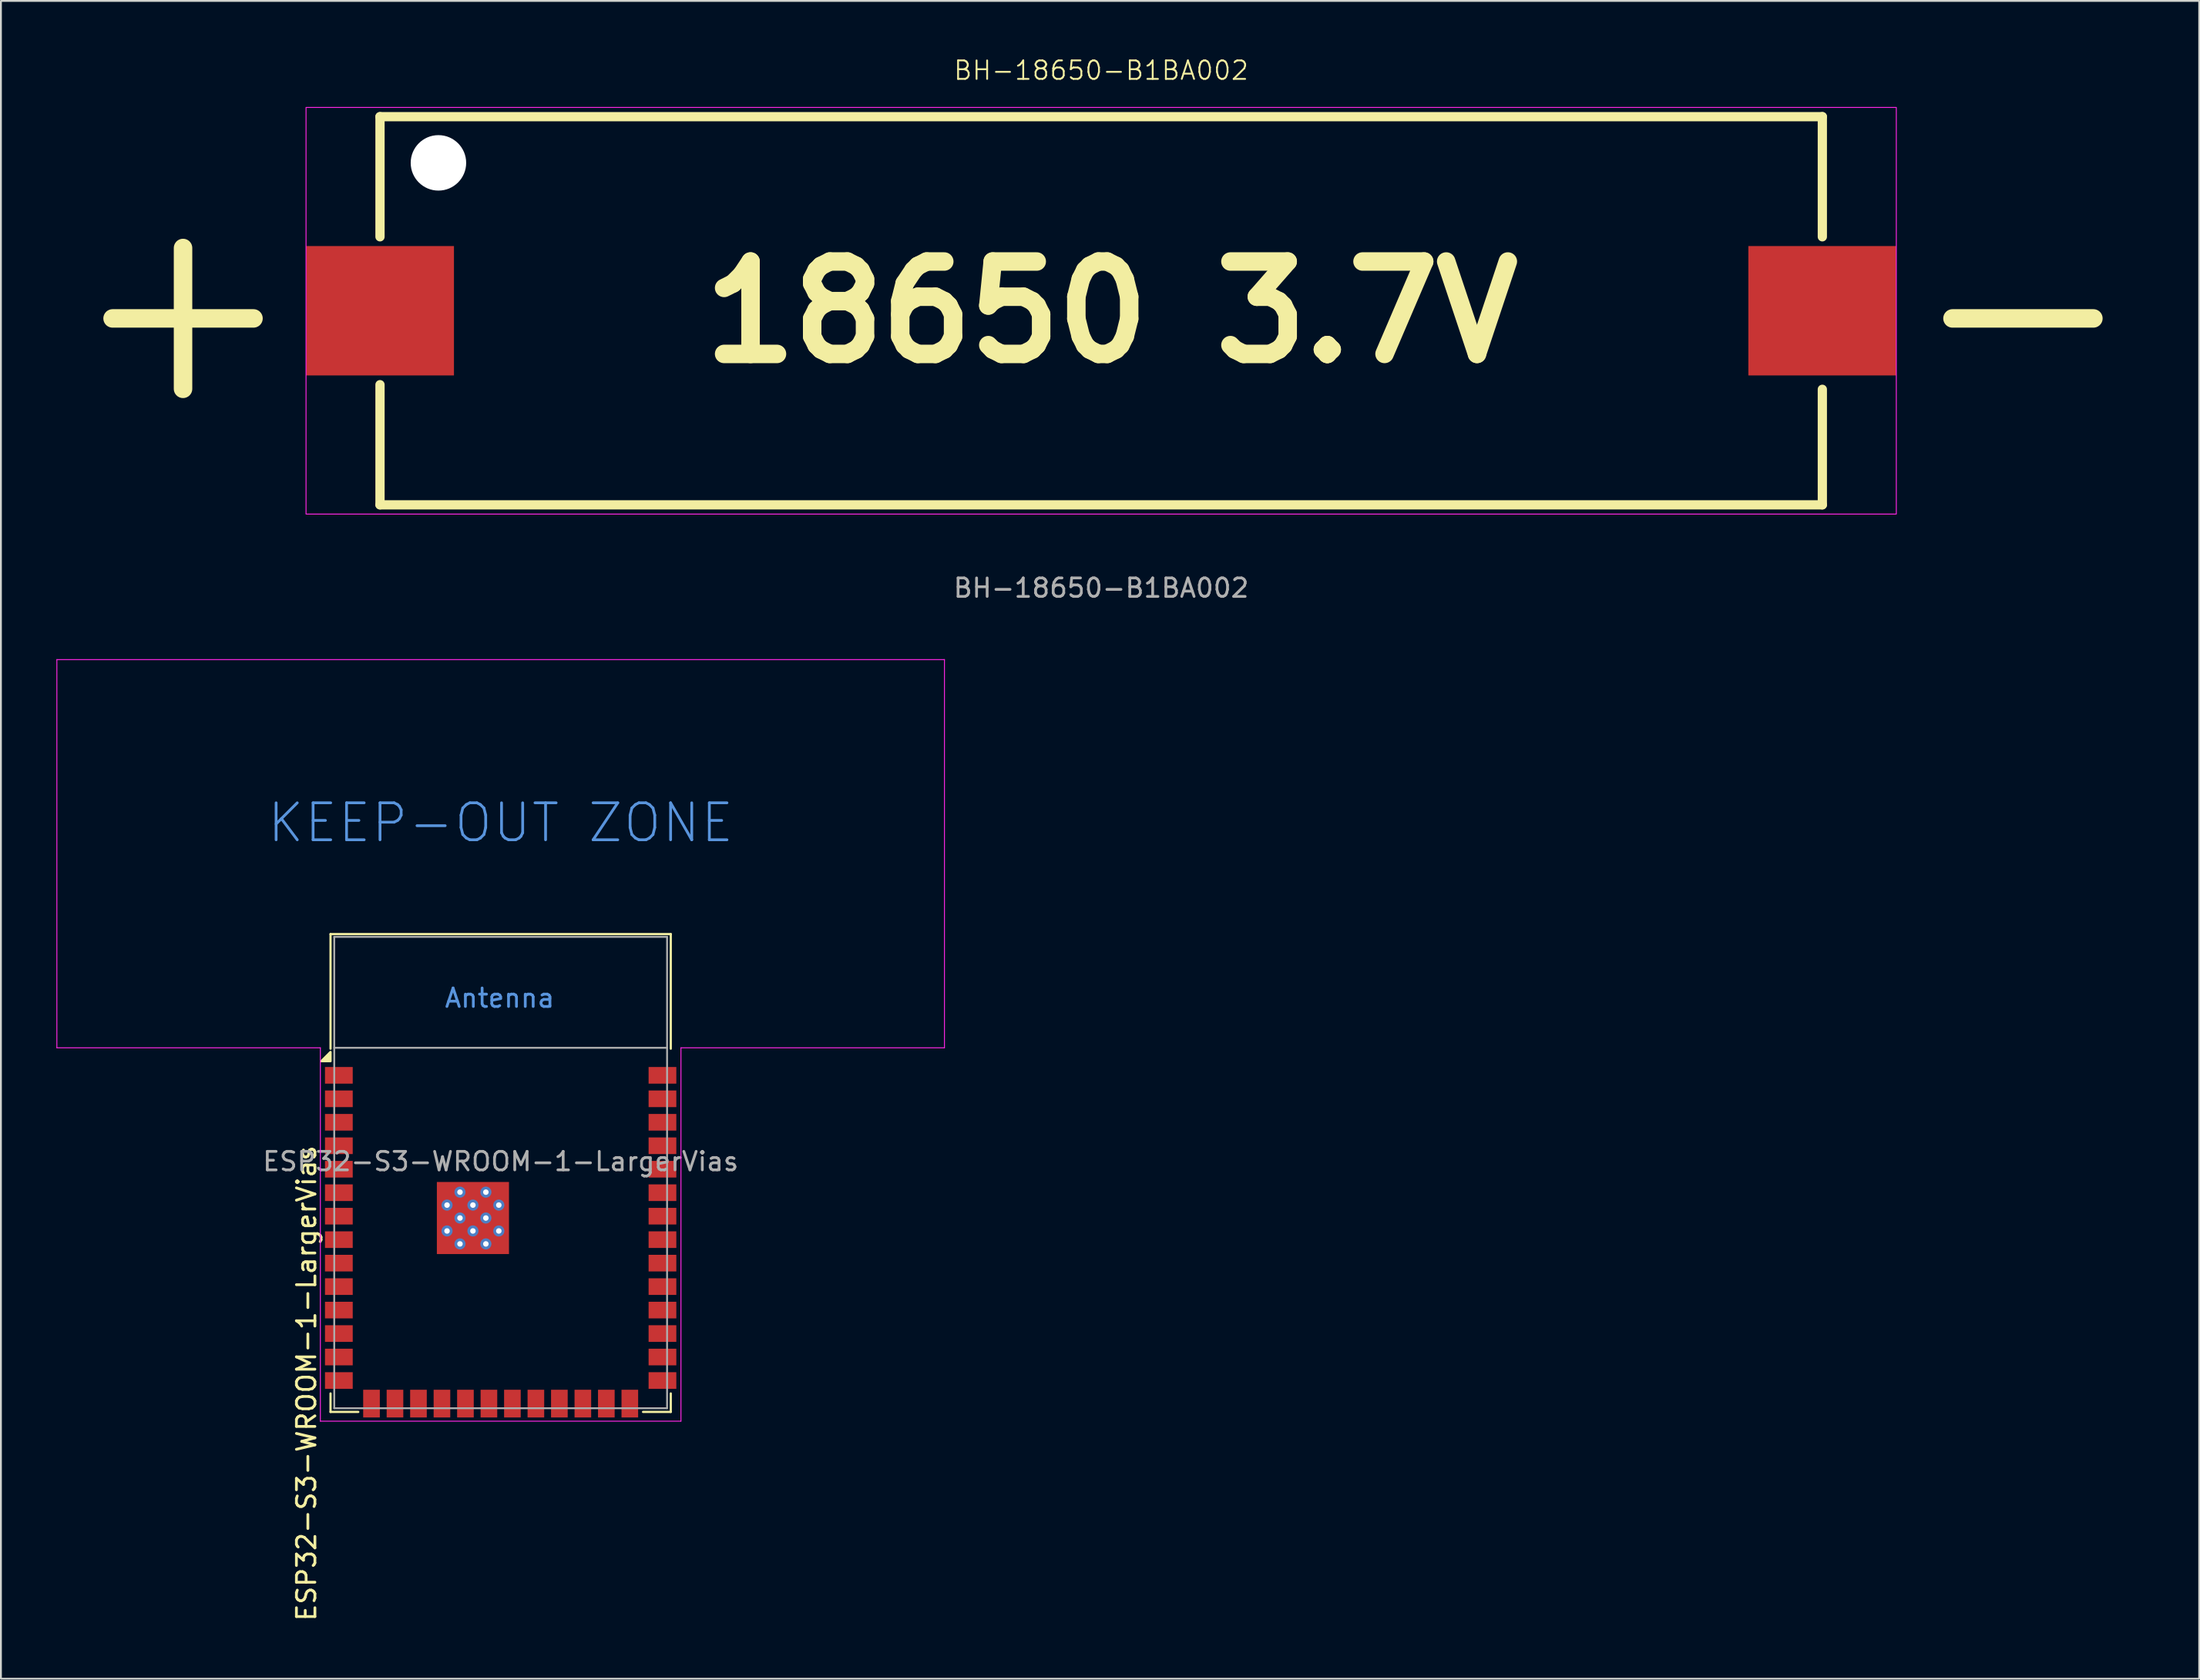
<source format=kicad_pcb>
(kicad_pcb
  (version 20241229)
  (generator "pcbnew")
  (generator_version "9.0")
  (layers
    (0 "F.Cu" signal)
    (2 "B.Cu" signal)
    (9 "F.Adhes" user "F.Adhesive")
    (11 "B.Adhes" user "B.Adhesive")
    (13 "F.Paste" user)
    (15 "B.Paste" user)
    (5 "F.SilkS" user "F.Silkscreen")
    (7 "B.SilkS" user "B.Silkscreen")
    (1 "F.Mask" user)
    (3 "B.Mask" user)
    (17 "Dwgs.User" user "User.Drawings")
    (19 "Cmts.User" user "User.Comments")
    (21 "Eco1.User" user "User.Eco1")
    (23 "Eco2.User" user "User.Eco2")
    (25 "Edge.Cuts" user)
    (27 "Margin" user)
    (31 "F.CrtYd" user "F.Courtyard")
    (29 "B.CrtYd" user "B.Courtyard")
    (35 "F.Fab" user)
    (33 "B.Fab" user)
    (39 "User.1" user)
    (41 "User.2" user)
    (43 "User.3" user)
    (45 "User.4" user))
  (footprint "BH-18650-B1BA002"
    (layer "F.Cu")
    (at 56.5 13.761)
    (property "Reference" "BH-18650-B1BA002" (at 0 -13 0) (unlocked yes) (layer "F.SilkS") (effects (font (size 1 1) (thickness 0.1))))
    (attr smd)
    (fp_line (start -39 -10.5) (end -39 -4) (stroke (width 0.5) (type default)) (layer "F.SilkS"))
    (fp_line (start -39 4) (end -39 10.5) (stroke (width 0.5) (type default)) (layer "F.SilkS"))
    (fp_line (start 39 -10.5) (end -39 -10.5) (stroke (width 0.5) (type default)) (layer "F.SilkS"))
    (fp_line (start 39 -10.5) (end 39 -4) (stroke (width 0.5) (type default)) (layer "F.SilkS"))
    (fp_line (start 39 4.25) (end 39 10.5) (stroke (width 0.5) (type default)) (layer "F.SilkS"))
    (fp_line (start 39 10.5) (end -39 10.5) (stroke (width 0.5) (type default)) (layer "F.SilkS"))
    (fp_rect (start -43 -11) (end 43 11) (stroke (width 0.05) (type default)) (fill no) (layer "F.CrtYd"))
    (fp_text user "18650 3.7V" (at -22 3 0) (unlocked yes) (layer "F.SilkS") (effects (font (size 5 5) (thickness 1)) (justify left bottom)))
    (fp_text user "-" (at 43 5.5 0) (unlocked yes) (layer "F.SilkS") (effects (font (size 10 10) (thickness 1) (bold yes)) (justify left bottom)))
    (fp_text user "+" (at -56.5 5.5 0) (unlocked yes) (layer "F.SilkS") (effects (font (size 10 10) (thickness 1) (bold yes)) (justify left bottom)))
    (fp_text user "${REFERENCE}" (at 0 15 0) (unlocked yes) (layer "F.Fab") (effects (font (size 1 1) (thickness 0.15))))
    (pad "" np_thru_hole circle (at -35.84 -8) (size 3 3) (drill 3) (layers "*.Cu" "*.Mask"))
    (pad "1" smd rect (at -39 0) (size 8 7) (layers "F.Cu" "F.Mask" "F.Paste"))
    (pad "2" smd rect (at 39 0) (size 8 7) (layers "F.Cu" "F.Mask" "F.Paste")))
  (footprint "ESP32-S3-WROOM-1-LargerVias"
    (layer "F.Cu")
    (at 24.025 60.384)
    (property "Reference" "ESP32-S3-WROOM-1-LargerVias" (at -10.5 11.4 90) (unlocked yes) (layer "F.SilkS") (effects (font (size 1 1) (thickness 0.15))))
    (attr smd)
    (fp_line (start -9.2 -12.9) (end -9.2 -6.7) (stroke (width 0.12) (type solid)) (layer "F.SilkS"))
    (fp_line (start -9.2 -12.9) (end 9.2 -12.9) (stroke (width 0.12) (type solid)) (layer "F.SilkS"))
    (fp_line (start -9.2 11.95) (end -9.2 12.95) (stroke (width 0.12) (type solid)) (layer "F.SilkS"))
    (fp_line (start -9.2 12.95) (end -7.7 12.95) (stroke (width 0.12) (type solid)) (layer "F.SilkS"))
    (fp_line (start 9.2 -12.9) (end 9.2 -6.7) (stroke (width 0.12) (type solid)) (layer "F.SilkS"))
    (fp_line (start 9.2 12.95) (end 7.7 12.95) (stroke (width 0.12) (type solid)) (layer "F.SilkS"))
    (fp_line (start 9.2 12.95) (end 9.2 11.95) (stroke (width 0.12) (type solid)) (layer "F.SilkS"))
    (fp_poly (pts (xy -9.2 -6.025) (xy -9.7 -6.025) (xy -9.2 -6.525) (xy -9.2 -6.025)) (stroke (width 0.12) (type solid)) (fill yes) (layer "F.SilkS"))
    (fp_line (start -24 -27.75) (end -24 -6.75) (stroke (width 0.05) (type solid)) (layer "F.CrtYd"))
    (fp_line (start -24 -6.75) (end -9.75 -6.75) (stroke (width 0.05) (type solid)) (layer "F.CrtYd"))
    (fp_line (start -9.75 13.45) (end -9.75 -6.75) (stroke (width 0.05) (type solid)) (layer "F.CrtYd"))
    (fp_line (start -9.75 13.45) (end 9.75 13.45) (stroke (width 0.05) (type solid)) (layer "F.CrtYd"))
    (fp_line (start 9.75 -6.75) (end 9.75 13.45) (stroke (width 0.05) (type solid)) (layer "F.CrtYd"))
    (fp_line (start 9.75 -6.75) (end 24 -6.75) (stroke (width 0.05) (type solid)) (layer "F.CrtYd"))
    (fp_line (start 24 -27.75) (end -24 -27.75) (stroke (width 0.05) (type solid)) (layer "F.CrtYd"))
    (fp_line (start 24 -6.75) (end 24 -27.75) (stroke (width 0.05) (type solid)) (layer "F.CrtYd"))
    (fp_line (start -9 -12.75) (end 9 -12.75) (stroke (width 0.1) (type solid)) (layer "F.Fab"))
    (fp_line (start -9 -6.75) (end 9 -6.75) (stroke (width 0.1) (type solid)) (layer "F.Fab"))
    (fp_line (start -9 12.75) (end -9 -12.75) (stroke (width 0.1) (type solid)) (layer "F.Fab"))
    (fp_line (start -9 12.75) (end 9 12.75) (stroke (width 0.1) (type solid)) (layer "F.Fab"))
    (fp_line (start 9 12.75) (end 9 -12.75) (stroke (width 0.1) (type solid)) (layer "F.Fab"))
    (fp_text user "Antenna" (at -0.05 -9.44 0) (layer "Cmts.User") (effects (font (size 1 1) (thickness 0.15))))
    (fp_text user "KEEP-OUT ZONE" (at 0 -18.92 0) (layer "Cmts.User") (effects (font (size 2 2) (thickness 0.15))))
    (fp_text user "${REFERENCE}" (at 0 -0.6 0) (unlocked yes) (layer "F.Fab") (effects (font (size 1 1) (thickness 0.15))))
    (pad "" smd rect (at -2.9 1.06) (size 0.9 0.9) (layers "F.Paste"))
    (pad "" smd rect (at -2.9 2.46 270) (size 0.9 0.9) (layers "F.Paste"))
    (pad "" smd rect (at -2.9 3.86) (size 0.9 0.9) (layers "F.Paste"))
    (pad "" smd rect (at -1.5 1.06 270) (size 0.9 0.9) (layers "F.Paste"))
    (pad "" smd rect (at -1.5 2.46 270) (size 0.9 0.9) (layers "F.Paste"))
    (pad "" smd rect (at -1.5 3.86 270) (size 0.9 0.9) (layers "F.Paste"))
    (pad "" smd rect (at -0.1 1.06 270) (size 0.9 0.9) (layers "F.Paste"))
    (pad "" smd rect (at -0.1 2.46 270) (size 0.9 0.9) (layers "F.Paste"))
    (pad "" smd rect (at -0.1 3.86 270) (size 0.9 0.9) (layers "F.Paste"))
    (pad "1" smd rect (at -8.75 -5.26) (size 1.5 0.9) (layers "F.Cu" "F.Mask" "F.Paste"))
    (pad "2" smd rect (at -8.75 -3.99) (size 1.5 0.9) (layers "F.Cu" "F.Mask" "F.Paste"))
    (pad "3" smd rect (at -8.75 -2.72) (size 1.5 0.9) (layers "F.Cu" "F.Mask" "F.Paste"))
    (pad "4" smd rect (at -8.75 -1.45) (size 1.5 0.9) (layers "F.Cu" "F.Mask" "F.Paste"))
    (pad "5" smd rect (at -8.75 -0.18) (size 1.5 0.9) (layers "F.Cu" "F.Mask" "F.Paste"))
    (pad "6" smd rect (at -8.75 1.09) (size 1.5 0.9) (layers "F.Cu" "F.Mask" "F.Paste"))
    (pad "7" smd rect (at -8.75 2.36) (size 1.5 0.9) (layers "F.Cu" "F.Mask" "F.Paste"))
    (pad "8" smd rect (at -8.75 3.63) (size 1.5 0.9) (layers "F.Cu" "F.Mask" "F.Paste"))
    (pad "9" smd rect (at -8.75 4.9) (size 1.5 0.9) (layers "F.Cu" "F.Mask" "F.Paste"))
    (pad "10" smd rect (at -8.75 6.17) (size 1.5 0.9) (layers "F.Cu" "F.Mask" "F.Paste"))
    (pad "11" smd rect (at -8.75 7.44) (size 1.5 0.9) (layers "F.Cu" "F.Mask" "F.Paste"))
    (pad "12" smd rect (at -8.75 8.71) (size 1.5 0.9) (layers "F.Cu" "F.Mask" "F.Paste"))
    (pad "13" smd rect (at -8.75 9.98) (size 1.5 0.9) (layers "F.Cu" "F.Mask" "F.Paste"))
    (pad "14" smd rect (at -8.75 11.25 180) (size 1.5 0.9) (layers "F.Cu" "F.Mask" "F.Paste"))
    (pad "15" smd rect (at -6.985 12.5 270) (size 1.5 0.9) (layers "F.Cu" "F.Mask" "F.Paste"))
    (pad "16" smd rect (at -5.715 12.5 270) (size 1.5 0.9) (layers "F.Cu" "F.Mask" "F.Paste"))
    (pad "17" smd rect (at -4.445 12.5 270) (size 1.5 0.9) (layers "F.Cu" "F.Mask" "F.Paste"))
    (pad "18" smd rect (at -3.175 12.5 270) (size 1.5 0.9) (layers "F.Cu" "F.Mask" "F.Paste"))
    (pad "19" smd rect (at -1.905 12.5 270) (size 1.5 0.9) (layers "F.Cu" "F.Mask" "F.Paste"))
    (pad "20" smd rect (at -0.635 12.5 270) (size 1.5 0.9) (layers "F.Cu" "F.Mask" "F.Paste"))
    (pad "21" smd rect (at 0.635 12.5 270) (size 1.5 0.9) (layers "F.Cu" "F.Mask" "F.Paste"))
    (pad "22" smd rect (at 1.905 12.5 270) (size 1.5 0.9) (layers "F.Cu" "F.Mask" "F.Paste"))
    (pad "23" smd rect (at 3.175 12.5 270) (size 1.5 0.9) (layers "F.Cu" "F.Mask" "F.Paste"))
    (pad "24" smd rect (at 4.445 12.5 270) (size 1.5 0.9) (layers "F.Cu" "F.Mask" "F.Paste"))
    (pad "25" smd rect (at 5.715 12.5 270) (size 1.5 0.9) (layers "F.Cu" "F.Mask" "F.Paste"))
    (pad "26" smd rect (at 6.985 12.5 270) (size 1.5 0.9) (layers "F.Cu" "F.Mask" "F.Paste"))
    (pad "27" smd rect (at 8.75 11.25) (size 1.5 0.9) (layers "F.Cu" "F.Mask" "F.Paste"))
    (pad "28" smd rect (at 8.75 9.98) (size 1.5 0.9) (layers "F.Cu" "F.Mask" "F.Paste"))
    (pad "29" smd rect (at 8.75 8.71) (size 1.5 0.9) (layers "F.Cu" "F.Mask" "F.Paste"))
    (pad "30" smd rect (at 8.75 7.44) (size 1.5 0.9) (layers "F.Cu" "F.Mask" "F.Paste"))
    (pad "31" smd rect (at 8.75 6.17) (size 1.5 0.9) (layers "F.Cu" "F.Mask" "F.Paste"))
    (pad "32" smd rect (at 8.75 4.9) (size 1.5 0.9) (layers "F.Cu" "F.Mask" "F.Paste"))
    (pad "33" smd rect (at 8.75 3.63) (size 1.5 0.9) (layers "F.Cu" "F.Mask" "F.Paste"))
    (pad "34" smd rect (at 8.75 2.36) (size 1.5 0.9) (layers "F.Cu" "F.Mask" "F.Paste"))
    (pad "35" smd rect (at 8.75 1.09) (size 1.5 0.9) (layers "F.Cu" "F.Mask" "F.Paste"))
    (pad "36" smd rect (at 8.75 -0.18) (size 1.5 0.9) (layers "F.Cu" "F.Mask" "F.Paste"))
    (pad "37" smd rect (at 8.75 -1.45) (size 1.5 0.9) (layers "F.Cu" "F.Mask" "F.Paste"))
    (pad "38" smd rect (at 8.75 -2.72) (size 1.5 0.9) (layers "F.Cu" "F.Mask" "F.Paste"))
    (pad "39" smd rect (at 8.75 -3.99) (size 1.5 0.9) (layers "F.Cu" "F.Mask" "F.Paste"))
    (pad "40" smd rect (at 8.75 -5.26) (size 1.5 0.9) (layers "F.Cu" "F.Mask" "F.Paste"))
    (pad "41" thru_hole circle (at -2.9 1.76 90) (size 0.6 0.6) (drill 0.3) (property pad_prop_heatsink) (layers "*.Cu" "F.Mask"))
    (pad "41" thru_hole circle (at -2.9 3.16) (size 0.6 0.6) (drill 0.3) (property pad_prop_heatsink) (layers "*.Cu" "F.Mask"))
    (pad "41" thru_hole circle (at -2.2 1.06) (size 0.6 0.6) (drill 0.3) (property pad_prop_heatsink) (layers "*.Cu" "F.Mask"))
    (pad "41" thru_hole circle (at -2.2 2.46) (size 0.6 0.6) (drill 0.3) (property pad_prop_heatsink) (layers "*.Cu" "F.Mask"))
    (pad "41" thru_hole circle (at -2.2 3.86) (size 0.6 0.6) (drill 0.3) (property pad_prop_heatsink) (layers "*.Cu" "F.Mask"))
    (pad "41" thru_hole circle (at -1.5 1.76) (size 0.6 0.6) (drill 0.3) (property pad_prop_heatsink) (layers "*.Cu" "F.Mask"))
    (pad "41" smd rect (at -1.5 2.46 270) (size 3.9 3.9) (layers "F.Cu" "F.Mask"))
    (pad "41" thru_hole circle (at -1.5 3.16) (size 0.6 0.6) (drill 0.3) (property pad_prop_heatsink) (layers "*.Cu" "F.Mask"))
    (pad "41" thru_hole circle (at -0.8 1.06) (size 0.6 0.6) (drill 0.3) (property pad_prop_heatsink) (layers "*.Cu" "F.Mask"))
    (pad "41" thru_hole circle (at -0.8 2.46) (size 0.6 0.6) (drill 0.3) (property pad_prop_heatsink) (layers "*.Cu" "F.Mask"))
    (pad "41" thru_hole circle (at -0.8 3.86) (size 0.6 0.6) (drill 0.3) (property pad_prop_heatsink) (layers "*.Cu" "F.Mask"))
    (pad "41" thru_hole circle (at -0.1 1.76) (size 0.6 0.6) (drill 0.3) (property pad_prop_heatsink) (layers "*.Cu" "F.Mask"))
    (pad "41" thru_hole circle (at -0.1 3.16) (size 0.6 0.6) (drill 0.3) (property pad_prop_heatsink) (layers "*.Cu" "F.Mask"))
    (zone (net_name "") (layers "F.Cu" "B.Cu") (hatch full 0.508) (connect_pads) (min_thickness 0.254) (filled_areas_thickness no) (keepout (tracks not_allowed) (vias not_allowed) (pads not_allowed) (copperpour not_allowed) (footprints not_allowed)) (placement (enabled no)) (fill) (polygon (pts (xy 0.025 53.634) (xy 48.025 53.634) (xy 48.025 32.634) (xy 0.025 32.634)))))
  (gr_rect
    (start -3 -3)
    (end 115.881 87.766)
    (stroke (width 0.1) (type default))
    (fill no)
    (layer "Edge.Cuts")))
</source>
